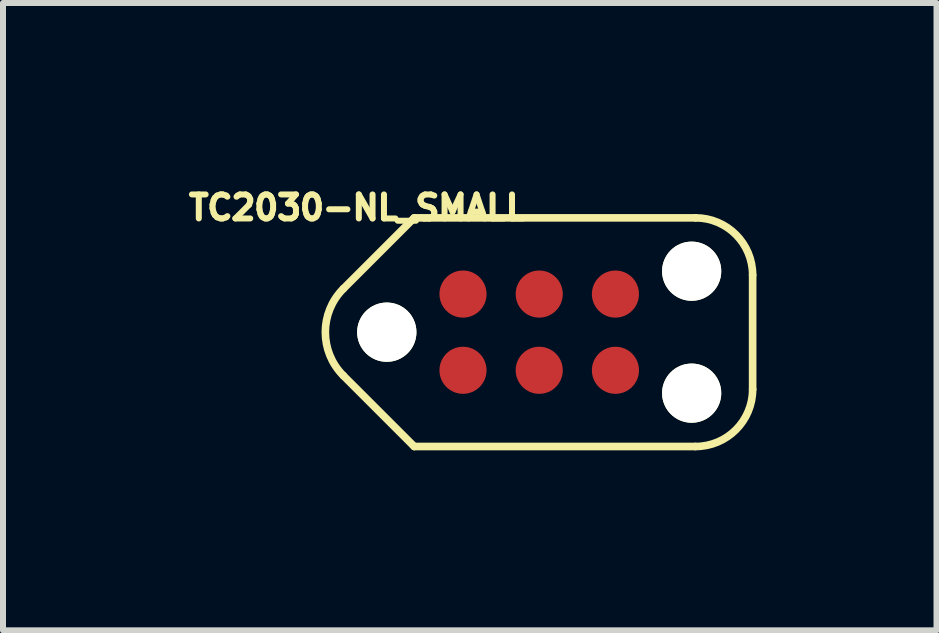
<source format=kicad_pcb>
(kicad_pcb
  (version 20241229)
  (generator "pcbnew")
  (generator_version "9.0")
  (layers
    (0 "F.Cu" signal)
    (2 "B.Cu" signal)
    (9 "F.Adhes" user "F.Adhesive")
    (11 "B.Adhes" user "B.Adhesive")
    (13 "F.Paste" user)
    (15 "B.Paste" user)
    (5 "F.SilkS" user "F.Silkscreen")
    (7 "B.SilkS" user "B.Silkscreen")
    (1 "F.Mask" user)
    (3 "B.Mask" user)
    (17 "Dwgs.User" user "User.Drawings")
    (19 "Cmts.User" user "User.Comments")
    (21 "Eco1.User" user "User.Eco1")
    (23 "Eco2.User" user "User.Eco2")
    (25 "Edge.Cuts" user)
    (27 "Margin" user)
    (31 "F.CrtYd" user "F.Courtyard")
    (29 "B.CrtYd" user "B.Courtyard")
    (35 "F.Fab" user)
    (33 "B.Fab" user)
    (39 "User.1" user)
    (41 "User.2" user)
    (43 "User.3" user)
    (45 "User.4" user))
  (footprint "TC2030-NL_SMALL"
    (layer "F.Cu")
    (at 5.935 2.485)
    (property "Reference" "TC2030-NL_SMALL" (at -3.025 -2.075 0) (layer "F.SilkS") (effects (font (size 0.4 0.4) (thickness 0.1))))
    (attr exclude_from_pos_files exclude_from_bom)
    (fp_line (start -3.264 -0.724) (end -2.083 -1.905) (stroke (width 0.127) (type solid)) (layer "F.SilkS"))
    (fp_line (start -3.264 0.724) (end -2.083 1.905) (stroke (width 0.127) (type solid)) (layer "F.SilkS"))
    (fp_line (start 2.603 -1.905) (end -2.083 -1.905) (stroke (width 0.127) (type solid)) (layer "F.SilkS"))
    (fp_line (start 2.603 1.905) (end -2.083 1.905) (stroke (width 0.127) (type solid)) (layer "F.SilkS"))
    (fp_line (start 3.556 -0.953) (end 3.556 0.953) (stroke (width 0.127) (type solid)) (layer "F.SilkS"))
    (fp_arc (start -3.2639 0.7239) (mid -3.563749 0) (end -3.2639 -0.7239) (stroke (width 0.127) (type solid)) (layer "F.SilkS"))
    (fp_arc (start 2.6035 -1.905) (mid 3.277019 -1.626019) (end 3.556 -0.9525) (stroke (width 0.127) (type solid)) (layer "F.SilkS"))
    (fp_arc (start 3.556 0.9525) (mid 3.277019 1.626019) (end 2.6035 1.905) (stroke (width 0.127) (type solid)) (layer "F.SilkS"))
    (pad "" np_thru_hole circle (at -2.54 0) (size 0.988 0.988) (drill 0.988) (layers "*.Cu" "*.Mask" "F.SilkS"))
    (pad "" np_thru_hole circle (at 2.54 -1.016) (size 0.986 0.986) (drill 0.986) (layers "*.Cu" "*.Mask" "F.SilkS"))
    (pad "" np_thru_hole circle (at 2.54 1.016) (size 0.986 0.986) (drill 0.986) (layers "*.Cu" "*.Mask" "F.SilkS"))
    (pad "1" connect circle (at -1.27 0.635) (size 0.785 0.785) (layers "F.Cu" "F.Mask"))
    (pad "2" connect circle (at -1.27 -0.635) (size 0.785 0.785) (layers "F.Cu" "F.Mask"))
    (pad "3" connect circle (at 0 0.635) (size 0.785 0.785) (layers "F.Cu" "F.Mask"))
    (pad "4" connect circle (at 0 -0.635) (size 0.785 0.785) (layers "F.Cu" "F.Mask"))
    (pad "5" connect circle (at 1.27 0.635) (size 0.785 0.785) (layers "F.Cu" "F.Mask"))
    (pad "6" connect circle (at 1.27 -0.635) (size 0.785 0.785) (layers "F.Cu" "F.Mask")))
  (gr_rect
    (start -3 -3)
    (end 12.555 7.453)
    (stroke (width 0.1) (type default))
    (fill no)
    (layer "Edge.Cuts")))
</source>
